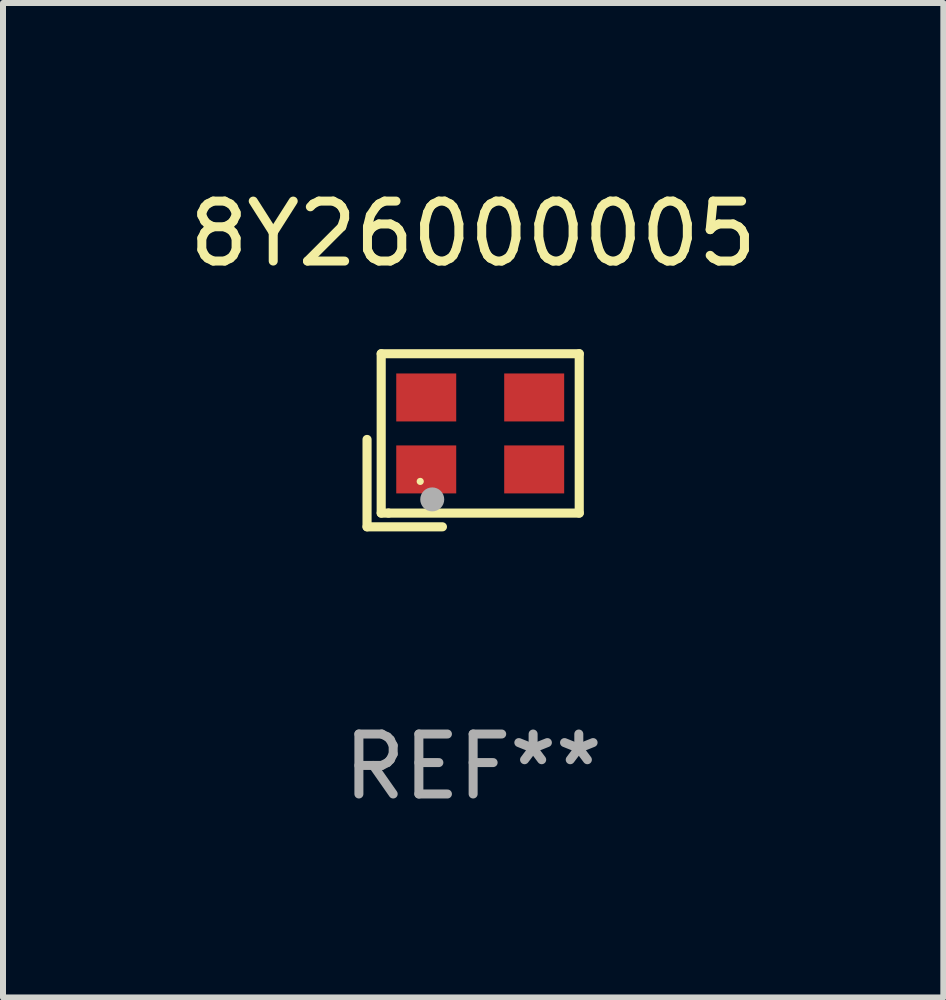
<source format=kicad_pcb>
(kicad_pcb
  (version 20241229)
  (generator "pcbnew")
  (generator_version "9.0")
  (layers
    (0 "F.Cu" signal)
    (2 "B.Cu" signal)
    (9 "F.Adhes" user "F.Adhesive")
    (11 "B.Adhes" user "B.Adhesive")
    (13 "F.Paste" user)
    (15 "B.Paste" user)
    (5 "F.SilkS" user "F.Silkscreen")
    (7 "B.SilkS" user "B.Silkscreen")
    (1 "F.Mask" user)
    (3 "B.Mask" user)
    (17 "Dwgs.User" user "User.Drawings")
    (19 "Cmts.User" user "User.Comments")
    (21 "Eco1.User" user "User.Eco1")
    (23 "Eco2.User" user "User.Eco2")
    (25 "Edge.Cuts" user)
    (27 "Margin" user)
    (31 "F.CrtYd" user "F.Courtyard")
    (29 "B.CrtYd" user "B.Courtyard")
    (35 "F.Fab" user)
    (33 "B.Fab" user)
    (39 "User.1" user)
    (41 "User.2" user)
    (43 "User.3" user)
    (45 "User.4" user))
  (footprint "8Y26000005"
    (layer "F.Cu")
    (at 4.839 4.291)
    (property "Reference" "8Y26000005" (at 0 -3.443 0) (layer "F.SilkS") (effects (font (size 1 1) (thickness 0.15))))
    (attr through_hole)
    (fp_line (start -1.769 -0.014) (end -1.769 1.443) (stroke (width 0.152) (type solid)) (layer "F.SilkS"))
    (fp_line (start -1.769 1.443) (end -0.512 1.443) (stroke (width 0.152) (type solid)) (layer "F.SilkS"))
    (fp_line (start -1.533 -1.443) (end 1.769 -1.443) (stroke (width 0.152) (type solid)) (layer "F.SilkS"))
    (fp_line (start -1.533 1.214) (end -1.533 -1.443) (stroke (width 0.152) (type solid)) (layer "F.SilkS"))
    (fp_line (start -1.411 1.214) (end -1.533 1.214) (stroke (width 0.152) (type solid)) (layer "F.SilkS"))
    (fp_line (start 1.769 -1.443) (end 1.769 1.214) (stroke (width 0.152) (type solid)) (layer "F.SilkS"))
    (fp_line (start 1.769 1.214) (end -1.411 1.214) (stroke (width 0.152) (type solid)) (layer "F.SilkS"))
    (fp_circle (center -0.882 0.686) (end -0.852 0.686) (stroke (width 0.06) (type solid)) (fill no) (layer "F.SilkS"))
    (fp_circle (center -0.682 0.986) (end -0.582 0.986) (stroke (width 0.2) (type solid)) (fill no) (layer "F.Fab"))
    (fp_text user "REF**" (at 0 5.443 0) (layer "F.Fab") (effects (font (size 1 1) (thickness 0.15))))
    (pad "1" smd rect (at -0.782 0.486 90) (size 0.8 1) (layers "F.Cu" "F.Mask" "F.Paste"))
    (pad "2" smd rect (at 1.018 0.486 90) (size 0.8 1) (layers "F.Cu" "F.Mask" "F.Paste"))
    (pad "3" smd rect (at 1.018 -0.714 90) (size 0.8 1) (layers "F.Cu" "F.Mask" "F.Paste"))
    (pad "4" smd rect (at -0.782 -0.714 90) (size 0.8 1) (layers "F.Cu" "F.Mask" "F.Paste")))
  (gr_rect
    (start -3 -3)
    (end 12.679 13.582)
    (stroke (width 0.1) (type default))
    (fill no)
    (layer "Edge.Cuts")))
</source>
